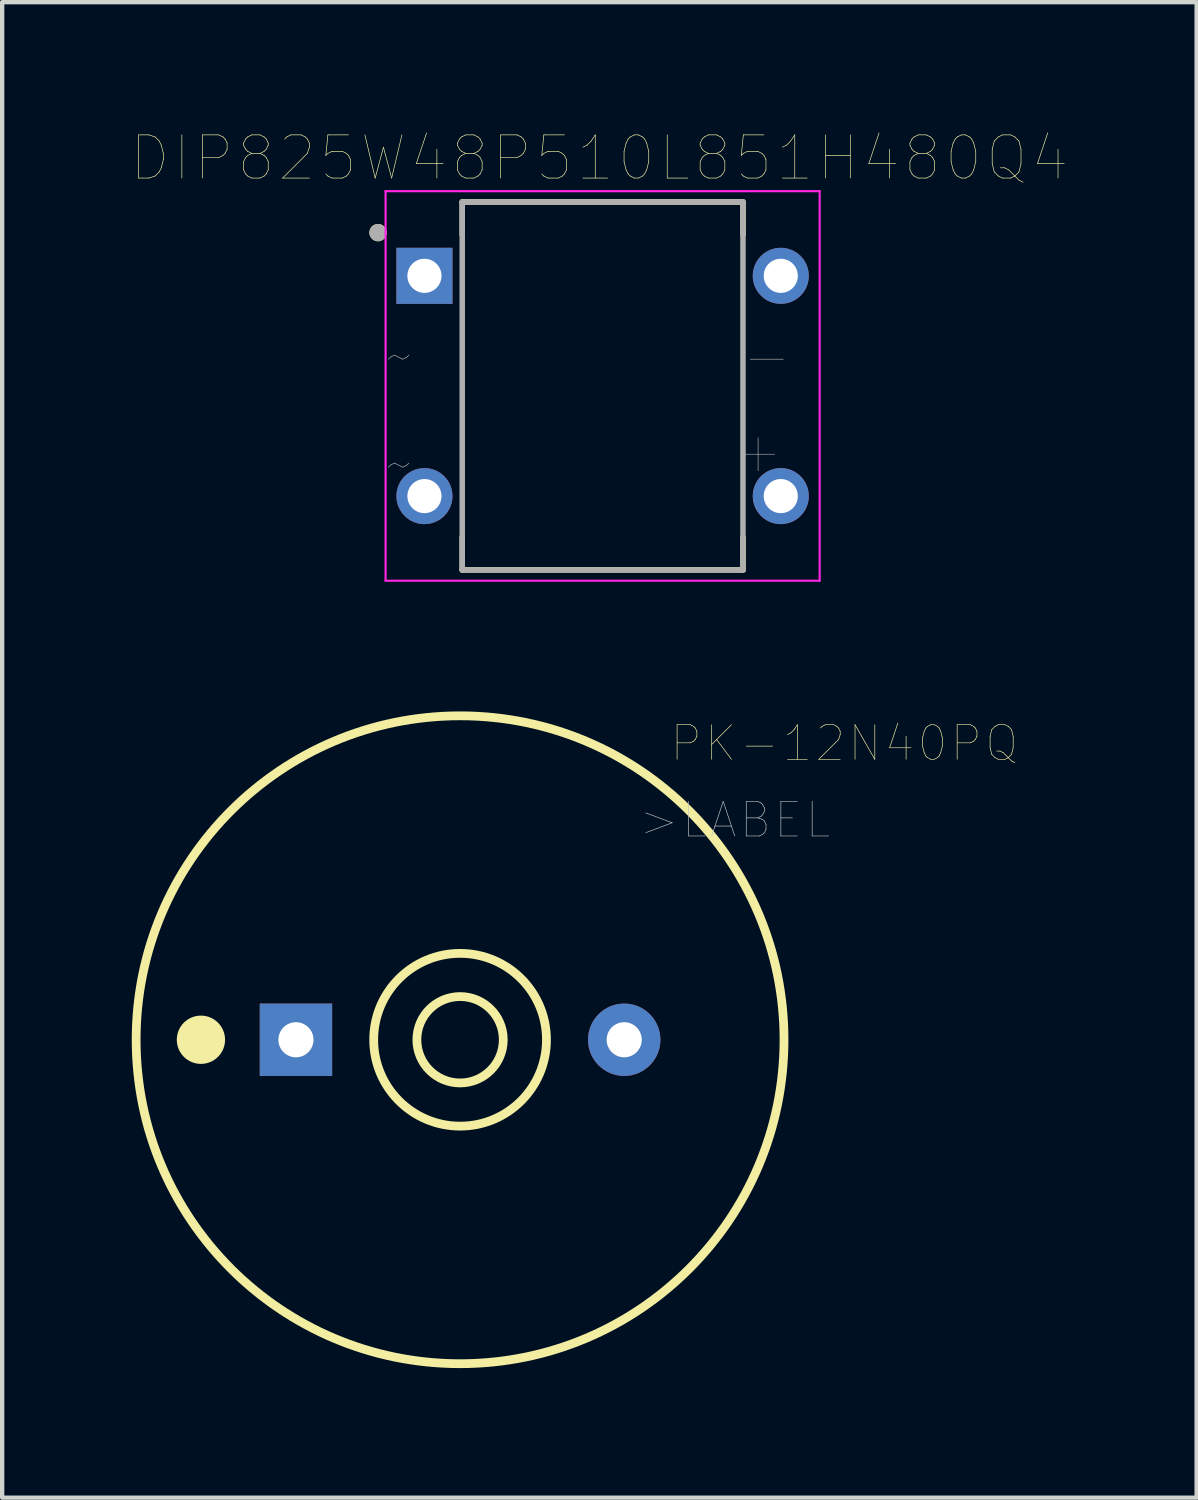
<source format=kicad_pcb>
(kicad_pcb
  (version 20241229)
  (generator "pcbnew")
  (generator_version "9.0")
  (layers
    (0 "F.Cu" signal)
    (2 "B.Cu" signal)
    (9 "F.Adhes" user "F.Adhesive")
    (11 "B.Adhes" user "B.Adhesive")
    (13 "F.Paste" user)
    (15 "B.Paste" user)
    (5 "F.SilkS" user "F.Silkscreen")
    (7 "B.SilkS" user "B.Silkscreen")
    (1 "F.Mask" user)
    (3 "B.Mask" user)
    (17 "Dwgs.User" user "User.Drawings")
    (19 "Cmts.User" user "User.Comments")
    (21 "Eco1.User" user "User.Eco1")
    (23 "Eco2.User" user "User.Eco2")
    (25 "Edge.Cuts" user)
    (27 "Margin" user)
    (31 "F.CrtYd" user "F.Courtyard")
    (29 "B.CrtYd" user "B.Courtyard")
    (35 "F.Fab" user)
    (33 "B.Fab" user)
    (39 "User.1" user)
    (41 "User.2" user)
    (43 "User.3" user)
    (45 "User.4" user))
  (footprint "PK-12N40PQ"
    (layer "F.Cu")
    (at 7.602 21.023)
    (property "Reference" "PK-12N40PQ" (at 8.896 -6.863 0) (layer "F.SilkS") (effects (font (size 0.801 0.801) (thickness 0.015))))
    (attr through_hole)
    (fp_circle (center -6 0) (end -5.441 0) (stroke (width 0) (type solid)) (fill yes) (layer "F.SilkS"))
    (fp_circle (center 0 0) (end 1 0) (stroke (width 0.203) (type solid)) (fill no) (layer "F.SilkS"))
    (fp_circle (center 0 0) (end 2 0) (stroke (width 0.203) (type solid)) (fill no) (layer "F.SilkS"))
    (fp_circle (center 0 0) (end 7.5 0) (stroke (width 0.203) (type solid)) (fill no) (layer "F.SilkS"))
    (fp_text user ">LABEL" (at 6.359 -5.088 0) (layer "Dwgs.User") (effects (font (size 0.801 0.801) (thickness 0.015))))
    (pad "+" thru_hole rect (at -3.8 0) (size 1.676 1.676) (drill 0.813) (layers "*.Cu" "*.Mask"))
    (pad "-" thru_hole circle (at 3.8 0) (size 1.676 1.676) (drill 0.813) (layers "*.Cu" "*.Mask")))
  (footprint "DIP825W48P510L851H480Q4"
    (layer "F.Cu")
    (at 10.902 5.886)
    (property "Reference" "DIP825W48P510L851H480Q4" (at -0.075 -5.275 0) (layer "F.SilkS") (effects (font (size 1 1) (thickness 0.015))))
    (attr through_hole)
    (fp_line (start -3.25 -4.26) (end -3.25 -3.5) (stroke (width 0.127) (type solid)) (layer "F.SilkS"))
    (fp_line (start -3.25 -4.26) (end 3.25 -4.26) (stroke (width 0.127) (type solid)) (layer "F.SilkS"))
    (fp_line (start -3.25 4.26) (end -3.25 3.5) (stroke (width 0.127) (type solid)) (layer "F.SilkS"))
    (fp_line (start 3.25 -4.26) (end 3.25 -3.5) (stroke (width 0.127) (type solid)) (layer "F.SilkS"))
    (fp_line (start 3.25 4.26) (end -3.25 4.26) (stroke (width 0.127) (type solid)) (layer "F.SilkS"))
    (fp_line (start 3.25 4.26) (end 3.25 3.5) (stroke (width 0.127) (type solid)) (layer "F.SilkS"))
    (fp_circle (center -5.2 -3.55) (end -5.1 -3.55) (stroke (width 0.2) (type solid)) (fill no) (layer "F.SilkS"))
    (fp_line (start -5.025 -4.51) (end 5.025 -4.51) (stroke (width 0.05) (type solid)) (layer "F.CrtYd"))
    (fp_line (start -5.025 4.51) (end -5.025 -4.51) (stroke (width 0.05) (type solid)) (layer "F.CrtYd"))
    (fp_line (start 5.025 -4.51) (end 5.025 4.51) (stroke (width 0.05) (type solid)) (layer "F.CrtYd"))
    (fp_line (start 5.025 4.51) (end -5.025 4.51) (stroke (width 0.05) (type solid)) (layer "F.CrtYd"))
    (fp_line (start -3.25 -4.26) (end 3.25 -4.26) (stroke (width 0.127) (type solid)) (layer "F.Fab"))
    (fp_line (start -3.25 4.26) (end -3.25 -4.26) (stroke (width 0.127) (type solid)) (layer "F.Fab"))
    (fp_line (start 3.25 -4.26) (end 3.25 4.26) (stroke (width 0.127) (type solid)) (layer "F.Fab"))
    (fp_line (start 3.25 4.26) (end -3.25 4.26) (stroke (width 0.127) (type solid)) (layer "F.Fab"))
    (fp_circle (center -5.2 -3.55) (end -5.1 -3.55) (stroke (width 0.2) (type solid)) (fill no) (layer "F.Fab"))
    (fp_text user "~" (at -4.7 -0.7 0) (layer "F.Fab") (effects (font (size 1 1) (thickness 0.015))))
    (fp_text user "~" (at -4.7 1.8 0) (layer "F.Fab") (effects (font (size 1 1) (thickness 0.015))))
    (fp_text user "-" (at 3.8 -0.7 0) (layer "F.Fab") (effects (font (size 1 1) (thickness 0.015))))
    (fp_text user "+" (at 3.6 1.5 0) (layer "F.Fab") (effects (font (size 1 1) (thickness 0.015))))
    (pad "1" thru_hole rect (at -4.125 -2.55) (size 1.298 1.298) (drill 0.79) (layers "*.Cu" "*.Mask"))
    (pad "2" thru_hole circle (at -4.125 2.55) (size 1.298 1.298) (drill 0.79) (layers "*.Cu" "*.Mask"))
    (pad "3" thru_hole circle (at 4.125 2.55) (size 1.298 1.298) (drill 0.79) (layers "*.Cu" "*.Mask"))
    (pad "4" thru_hole circle (at 4.125 -2.55) (size 1.298 1.298) (drill 0.79) (layers "*.Cu" "*.Mask")))
  (gr_rect
    (start -3 -3)
    (end 24.655 31.625)
    (stroke (width 0.1) (type default))
    (fill no)
    (layer "Edge.Cuts")))
</source>
